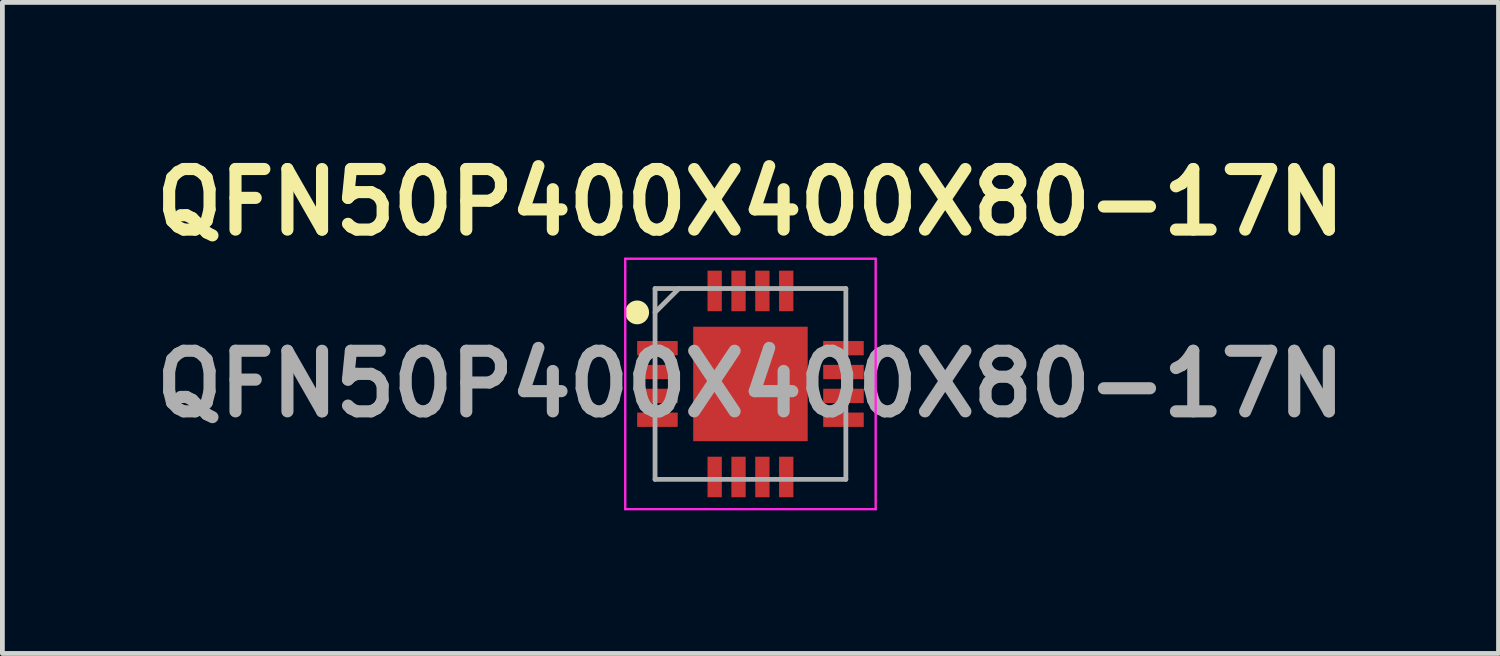
<source format=kicad_pcb>
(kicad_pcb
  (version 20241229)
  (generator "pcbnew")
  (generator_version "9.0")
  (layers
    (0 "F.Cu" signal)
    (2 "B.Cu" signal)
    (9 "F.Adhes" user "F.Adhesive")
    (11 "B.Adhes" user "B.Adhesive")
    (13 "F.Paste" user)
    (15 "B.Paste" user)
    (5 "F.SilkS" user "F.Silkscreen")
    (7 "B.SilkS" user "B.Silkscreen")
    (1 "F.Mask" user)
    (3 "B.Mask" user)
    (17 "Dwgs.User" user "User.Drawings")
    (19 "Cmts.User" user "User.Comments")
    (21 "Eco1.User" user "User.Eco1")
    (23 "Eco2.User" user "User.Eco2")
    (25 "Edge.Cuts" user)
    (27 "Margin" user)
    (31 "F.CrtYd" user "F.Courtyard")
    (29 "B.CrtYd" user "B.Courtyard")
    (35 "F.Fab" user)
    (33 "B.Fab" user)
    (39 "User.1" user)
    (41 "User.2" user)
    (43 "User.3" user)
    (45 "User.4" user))
  (footprint "QFN50P400X400X80-17N"
    (layer "F.Cu")
    (at 12.682 4.999)
    (property "Reference" "QFN50P400X400X80-17N" (at 0 -3.81 0) (layer "F.SilkS") (effects (font (size 1.27 1.27) (thickness 0.254))))
    (attr smd)
    (fp_circle (center -2.375 -1.5) (end -2.375 -1.375) (stroke (width 0.25) (type solid)) (fill no) (layer "F.SilkS"))
    (fp_line (start -2.625 -2.625) (end 2.625 -2.625) (stroke (width 0.05) (type solid)) (layer "F.CrtYd"))
    (fp_line (start -2.625 2.625) (end -2.625 -2.625) (stroke (width 0.05) (type solid)) (layer "F.CrtYd"))
    (fp_line (start 2.625 -2.625) (end 2.625 2.625) (stroke (width 0.05) (type solid)) (layer "F.CrtYd"))
    (fp_line (start 2.625 2.625) (end -2.625 2.625) (stroke (width 0.05) (type solid)) (layer "F.CrtYd"))
    (fp_line (start -2 -2) (end 2 -2) (stroke (width 0.1) (type solid)) (layer "F.Fab"))
    (fp_line (start -2 -1.5) (end -1.5 -2) (stroke (width 0.1) (type solid)) (layer "F.Fab"))
    (fp_line (start -2 2) (end -2 -2) (stroke (width 0.1) (type solid)) (layer "F.Fab"))
    (fp_line (start 2 -2) (end 2 2) (stroke (width 0.1) (type solid)) (layer "F.Fab"))
    (fp_line (start 2 2) (end -2 2) (stroke (width 0.1) (type solid)) (layer "F.Fab"))
    (fp_text user "${REFERENCE}" (at 0 0 0) (layer "F.Fab") (effects (font (size 1.27 1.27) (thickness 0.254))))
    (pad "1" smd rect (at -1.95 -0.75 90) (size 0.3 0.85) (layers "F.Cu" "F.Mask" "F.Paste"))
    (pad "2" smd rect (at -1.95 -0.25 90) (size 0.3 0.85) (layers "F.Cu" "F.Mask" "F.Paste"))
    (pad "3" smd rect (at -1.95 0.25 90) (size 0.3 0.85) (layers "F.Cu" "F.Mask" "F.Paste"))
    (pad "4" smd rect (at -1.95 0.75 90) (size 0.3 0.85) (layers "F.Cu" "F.Mask" "F.Paste"))
    (pad "5" smd rect (at -0.75 1.95) (size 0.3 0.85) (layers "F.Cu" "F.Mask" "F.Paste"))
    (pad "6" smd rect (at -0.25 1.95) (size 0.3 0.85) (layers "F.Cu" "F.Mask" "F.Paste"))
    (pad "7" smd rect (at 0.25 1.95) (size 0.3 0.85) (layers "F.Cu" "F.Mask" "F.Paste"))
    (pad "8" smd rect (at 0.75 1.95) (size 0.3 0.85) (layers "F.Cu" "F.Mask" "F.Paste"))
    (pad "9" smd rect (at 1.95 0.75 90) (size 0.3 0.85) (layers "F.Cu" "F.Mask" "F.Paste"))
    (pad "10" smd rect (at 1.95 0.25 90) (size 0.3 0.85) (layers "F.Cu" "F.Mask" "F.Paste"))
    (pad "11" smd rect (at 1.95 -0.25 90) (size 0.3 0.85) (layers "F.Cu" "F.Mask" "F.Paste"))
    (pad "12" smd rect (at 1.95 -0.75 90) (size 0.3 0.85) (layers "F.Cu" "F.Mask" "F.Paste"))
    (pad "13" smd rect (at 0.75 -1.95) (size 0.3 0.85) (layers "F.Cu" "F.Mask" "F.Paste"))
    (pad "14" smd rect (at 0.25 -1.95) (size 0.3 0.85) (layers "F.Cu" "F.Mask" "F.Paste"))
    (pad "15" smd rect (at -0.25 -1.95) (size 0.3 0.85) (layers "F.Cu" "F.Mask" "F.Paste"))
    (pad "16" smd rect (at -0.75 -1.95) (size 0.3 0.85) (layers "F.Cu" "F.Mask" "F.Paste"))
    (pad "17" smd rect (at 0 0) (size 2.4 2.4) (layers "F.Cu" "F.Mask" "F.Paste")))
  (gr_rect
    (start -3 -3)
    (end 28.364 10.649)
    (stroke (width 0.1) (type default))
    (fill no)
    (layer "Edge.Cuts")))
</source>
